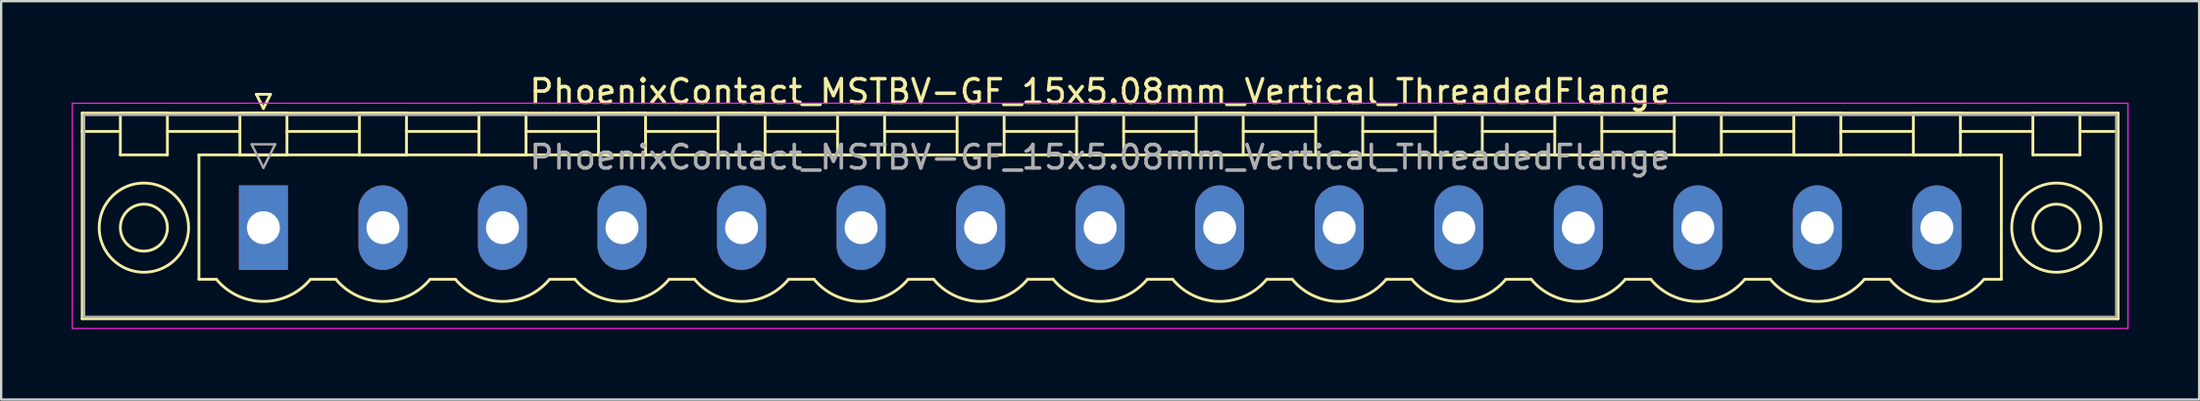
<source format=kicad_pcb>
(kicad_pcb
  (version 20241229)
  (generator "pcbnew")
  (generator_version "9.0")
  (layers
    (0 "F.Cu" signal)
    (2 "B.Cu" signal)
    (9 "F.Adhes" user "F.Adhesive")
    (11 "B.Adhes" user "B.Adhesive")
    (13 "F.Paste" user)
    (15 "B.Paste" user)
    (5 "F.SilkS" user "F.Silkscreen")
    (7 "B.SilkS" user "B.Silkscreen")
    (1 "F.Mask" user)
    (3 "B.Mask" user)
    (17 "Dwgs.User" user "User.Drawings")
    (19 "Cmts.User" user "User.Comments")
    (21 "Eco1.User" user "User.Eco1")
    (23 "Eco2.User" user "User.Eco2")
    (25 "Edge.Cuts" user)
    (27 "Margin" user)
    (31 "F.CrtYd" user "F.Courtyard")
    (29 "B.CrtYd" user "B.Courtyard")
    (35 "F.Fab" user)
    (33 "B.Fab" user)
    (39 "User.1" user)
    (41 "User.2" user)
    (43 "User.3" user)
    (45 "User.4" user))
  (footprint "PhoenixContact_MSTBV-GF_15x5.08mm_Vertical_ThreadedFlange"
    (layer "F.Cu")
    (at 8.145 6.648)
    (property "Reference" "PhoenixContact_MSTBV-GF_15x5.08mm_Vertical_ThreadedFlange" (at 35.56 -5.8 0) (layer "F.SilkS") (effects (font (size 1 1) (thickness 0.15))))
    (attr through_hole)
    (fp_line (start -7.7 -4.88) (end -7.7 3.88) (stroke (width 0.12) (type solid)) (layer "F.SilkS"))
    (fp_line (start -7.7 -4.1) (end -6.16 -4.1) (stroke (width 0.12) (type solid)) (layer "F.SilkS"))
    (fp_line (start -7.7 3.88) (end 78.82 3.88) (stroke (width 0.12) (type solid)) (layer "F.SilkS"))
    (fp_line (start -6.08 -4.88) (end -4.08 -4.88) (stroke (width 0.12) (type solid)) (layer "F.SilkS"))
    (fp_line (start -6.08 -3.1) (end -6.08 -4.88) (stroke (width 0.12) (type solid)) (layer "F.SilkS"))
    (fp_line (start -4.08 -4.88) (end -4.08 -3.1) (stroke (width 0.12) (type solid)) (layer "F.SilkS"))
    (fp_line (start -4.08 -4.1) (end -1 -4.1) (stroke (width 0.12) (type solid)) (layer "F.SilkS"))
    (fp_line (start -4.08 -3.1) (end -6.08 -3.1) (stroke (width 0.12) (type solid)) (layer "F.SilkS"))
    (fp_line (start -2.74 -3.1) (end 73.86 -3.1) (stroke (width 0.12) (type solid)) (layer "F.SilkS"))
    (fp_line (start -2.74 2.2) (end -2.74 -3.1) (stroke (width 0.12) (type solid)) (layer "F.SilkS"))
    (fp_line (start -2 2.2) (end -2.74 2.2) (stroke (width 0.12) (type solid)) (layer "F.SilkS"))
    (fp_line (start -1 -4.88) (end 1 -4.88) (stroke (width 0.12) (type solid)) (layer "F.SilkS"))
    (fp_line (start -1 -3.1) (end -1 -4.88) (stroke (width 0.12) (type solid)) (layer "F.SilkS"))
    (fp_line (start -0.3 -5.68) (end 0.3 -5.68) (stroke (width 0.12) (type solid)) (layer "F.SilkS"))
    (fp_line (start 0 -5.08) (end -0.3 -5.68) (stroke (width 0.12) (type solid)) (layer "F.SilkS"))
    (fp_line (start 0.3 -5.68) (end 0 -5.08) (stroke (width 0.12) (type solid)) (layer "F.SilkS"))
    (fp_line (start 1 -4.88) (end 1 -3.1) (stroke (width 0.12) (type solid)) (layer "F.SilkS"))
    (fp_line (start 1 -4.1) (end 4.08 -4.1) (stroke (width 0.12) (type solid)) (layer "F.SilkS"))
    (fp_line (start 1 -3.1) (end -1 -3.1) (stroke (width 0.12) (type solid)) (layer "F.SilkS"))
    (fp_line (start 2 2.2) (end 3.08 2.2) (stroke (width 0.12) (type solid)) (layer "F.SilkS"))
    (fp_line (start 4.08 -4.88) (end 6.08 -4.88) (stroke (width 0.12) (type solid)) (layer "F.SilkS"))
    (fp_line (start 4.08 -3.1) (end 4.08 -4.88) (stroke (width 0.12) (type solid)) (layer "F.SilkS"))
    (fp_line (start 6.08 -4.88) (end 6.08 -3.1) (stroke (width 0.12) (type solid)) (layer "F.SilkS"))
    (fp_line (start 6.08 -4.1) (end 9.16 -4.1) (stroke (width 0.12) (type solid)) (layer "F.SilkS"))
    (fp_line (start 6.08 -3.1) (end 4.08 -3.1) (stroke (width 0.12) (type solid)) (layer "F.SilkS"))
    (fp_line (start 7.08 2.2) (end 8.16 2.2) (stroke (width 0.12) (type solid)) (layer "F.SilkS"))
    (fp_line (start 9.16 -4.88) (end 11.16 -4.88) (stroke (width 0.12) (type solid)) (layer "F.SilkS"))
    (fp_line (start 9.16 -3.1) (end 9.16 -4.88) (stroke (width 0.12) (type solid)) (layer "F.SilkS"))
    (fp_line (start 11.16 -4.88) (end 11.16 -3.1) (stroke (width 0.12) (type solid)) (layer "F.SilkS"))
    (fp_line (start 11.16 -4.1) (end 14.24 -4.1) (stroke (width 0.12) (type solid)) (layer "F.SilkS"))
    (fp_line (start 11.16 -3.1) (end 9.16 -3.1) (stroke (width 0.12) (type solid)) (layer "F.SilkS"))
    (fp_line (start 12.16 2.2) (end 13.24 2.2) (stroke (width 0.12) (type solid)) (layer "F.SilkS"))
    (fp_line (start 14.24 -4.88) (end 16.24 -4.88) (stroke (width 0.12) (type solid)) (layer "F.SilkS"))
    (fp_line (start 14.24 -3.1) (end 14.24 -4.88) (stroke (width 0.12) (type solid)) (layer "F.SilkS"))
    (fp_line (start 16.24 -4.88) (end 16.24 -3.1) (stroke (width 0.12) (type solid)) (layer "F.SilkS"))
    (fp_line (start 16.24 -4.1) (end 19.32 -4.1) (stroke (width 0.12) (type solid)) (layer "F.SilkS"))
    (fp_line (start 16.24 -3.1) (end 14.24 -3.1) (stroke (width 0.12) (type solid)) (layer "F.SilkS"))
    (fp_line (start 17.24 2.2) (end 18.32 2.2) (stroke (width 0.12) (type solid)) (layer "F.SilkS"))
    (fp_line (start 19.32 -4.88) (end 21.32 -4.88) (stroke (width 0.12) (type solid)) (layer "F.SilkS"))
    (fp_line (start 19.32 -3.1) (end 19.32 -4.88) (stroke (width 0.12) (type solid)) (layer "F.SilkS"))
    (fp_line (start 21.32 -4.88) (end 21.32 -3.1) (stroke (width 0.12) (type solid)) (layer "F.SilkS"))
    (fp_line (start 21.32 -4.1) (end 24.4 -4.1) (stroke (width 0.12) (type solid)) (layer "F.SilkS"))
    (fp_line (start 21.32 -3.1) (end 19.32 -3.1) (stroke (width 0.12) (type solid)) (layer "F.SilkS"))
    (fp_line (start 22.32 2.2) (end 23.4 2.2) (stroke (width 0.12) (type solid)) (layer "F.SilkS"))
    (fp_line (start 24.4 -4.88) (end 26.4 -4.88) (stroke (width 0.12) (type solid)) (layer "F.SilkS"))
    (fp_line (start 24.4 -3.1) (end 24.4 -4.88) (stroke (width 0.12) (type solid)) (layer "F.SilkS"))
    (fp_line (start 26.4 -4.88) (end 26.4 -3.1) (stroke (width 0.12) (type solid)) (layer "F.SilkS"))
    (fp_line (start 26.4 -4.1) (end 29.48 -4.1) (stroke (width 0.12) (type solid)) (layer "F.SilkS"))
    (fp_line (start 26.4 -3.1) (end 24.4 -3.1) (stroke (width 0.12) (type solid)) (layer "F.SilkS"))
    (fp_line (start 27.4 2.2) (end 28.48 2.2) (stroke (width 0.12) (type solid)) (layer "F.SilkS"))
    (fp_line (start 29.48 -4.88) (end 31.48 -4.88) (stroke (width 0.12) (type solid)) (layer "F.SilkS"))
    (fp_line (start 29.48 -3.1) (end 29.48 -4.88) (stroke (width 0.12) (type solid)) (layer "F.SilkS"))
    (fp_line (start 31.48 -4.88) (end 31.48 -3.1) (stroke (width 0.12) (type solid)) (layer "F.SilkS"))
    (fp_line (start 31.48 -4.1) (end 34.56 -4.1) (stroke (width 0.12) (type solid)) (layer "F.SilkS"))
    (fp_line (start 31.48 -3.1) (end 29.48 -3.1) (stroke (width 0.12) (type solid)) (layer "F.SilkS"))
    (fp_line (start 32.48 2.2) (end 33.56 2.2) (stroke (width 0.12) (type solid)) (layer "F.SilkS"))
    (fp_line (start 34.56 -4.88) (end 36.56 -4.88) (stroke (width 0.12) (type solid)) (layer "F.SilkS"))
    (fp_line (start 34.56 -3.1) (end 34.56 -4.88) (stroke (width 0.12) (type solid)) (layer "F.SilkS"))
    (fp_line (start 36.56 -4.88) (end 36.56 -3.1) (stroke (width 0.12) (type solid)) (layer "F.SilkS"))
    (fp_line (start 36.56 -4.1) (end 39.64 -4.1) (stroke (width 0.12) (type solid)) (layer "F.SilkS"))
    (fp_line (start 36.56 -3.1) (end 34.56 -3.1) (stroke (width 0.12) (type solid)) (layer "F.SilkS"))
    (fp_line (start 37.56 2.2) (end 38.64 2.2) (stroke (width 0.12) (type solid)) (layer "F.SilkS"))
    (fp_line (start 39.64 -4.88) (end 41.64 -4.88) (stroke (width 0.12) (type solid)) (layer "F.SilkS"))
    (fp_line (start 39.64 -3.1) (end 39.64 -4.88) (stroke (width 0.12) (type solid)) (layer "F.SilkS"))
    (fp_line (start 41.64 -4.88) (end 41.64 -3.1) (stroke (width 0.12) (type solid)) (layer "F.SilkS"))
    (fp_line (start 41.64 -4.1) (end 44.72 -4.1) (stroke (width 0.12) (type solid)) (layer "F.SilkS"))
    (fp_line (start 41.64 -3.1) (end 39.64 -3.1) (stroke (width 0.12) (type solid)) (layer "F.SilkS"))
    (fp_line (start 42.64 2.2) (end 43.72 2.2) (stroke (width 0.12) (type solid)) (layer "F.SilkS"))
    (fp_line (start 44.72 -4.88) (end 46.72 -4.88) (stroke (width 0.12) (type solid)) (layer "F.SilkS"))
    (fp_line (start 44.72 -3.1) (end 44.72 -4.88) (stroke (width 0.12) (type solid)) (layer "F.SilkS"))
    (fp_line (start 46.72 -4.88) (end 46.72 -3.1) (stroke (width 0.12) (type solid)) (layer "F.SilkS"))
    (fp_line (start 46.72 -4.1) (end 49.8 -4.1) (stroke (width 0.12) (type solid)) (layer "F.SilkS"))
    (fp_line (start 46.72 -3.1) (end 44.72 -3.1) (stroke (width 0.12) (type solid)) (layer "F.SilkS"))
    (fp_line (start 47.72 2.2) (end 48.8 2.2) (stroke (width 0.12) (type solid)) (layer "F.SilkS"))
    (fp_line (start 49.8 -4.88) (end 51.8 -4.88) (stroke (width 0.12) (type solid)) (layer "F.SilkS"))
    (fp_line (start 49.8 -3.1) (end 49.8 -4.88) (stroke (width 0.12) (type solid)) (layer "F.SilkS"))
    (fp_line (start 51.8 -4.88) (end 51.8 -3.1) (stroke (width 0.12) (type solid)) (layer "F.SilkS"))
    (fp_line (start 51.8 -4.1) (end 54.88 -4.1) (stroke (width 0.12) (type solid)) (layer "F.SilkS"))
    (fp_line (start 51.8 -3.1) (end 49.8 -3.1) (stroke (width 0.12) (type solid)) (layer "F.SilkS"))
    (fp_line (start 52.8 2.2) (end 53.88 2.2) (stroke (width 0.12) (type solid)) (layer "F.SilkS"))
    (fp_line (start 54.88 -4.88) (end 56.88 -4.88) (stroke (width 0.12) (type solid)) (layer "F.SilkS"))
    (fp_line (start 54.88 -3.1) (end 54.88 -4.88) (stroke (width 0.12) (type solid)) (layer "F.SilkS"))
    (fp_line (start 56.88 -4.88) (end 56.88 -3.1) (stroke (width 0.12) (type solid)) (layer "F.SilkS"))
    (fp_line (start 56.88 -4.1) (end 59.96 -4.1) (stroke (width 0.12) (type solid)) (layer "F.SilkS"))
    (fp_line (start 56.88 -3.1) (end 54.88 -3.1) (stroke (width 0.12) (type solid)) (layer "F.SilkS"))
    (fp_line (start 57.88 2.2) (end 58.96 2.2) (stroke (width 0.12) (type solid)) (layer "F.SilkS"))
    (fp_line (start 59.96 -4.88) (end 61.96 -4.88) (stroke (width 0.12) (type solid)) (layer "F.SilkS"))
    (fp_line (start 59.96 -3.1) (end 59.96 -4.88) (stroke (width 0.12) (type solid)) (layer "F.SilkS"))
    (fp_line (start 61.96 -4.88) (end 61.96 -3.1) (stroke (width 0.12) (type solid)) (layer "F.SilkS"))
    (fp_line (start 61.96 -4.1) (end 65.04 -4.1) (stroke (width 0.12) (type solid)) (layer "F.SilkS"))
    (fp_line (start 61.96 -3.1) (end 59.96 -3.1) (stroke (width 0.12) (type solid)) (layer "F.SilkS"))
    (fp_line (start 62.96 2.2) (end 64.04 2.2) (stroke (width 0.12) (type solid)) (layer "F.SilkS"))
    (fp_line (start 65.04 -4.88) (end 67.04 -4.88) (stroke (width 0.12) (type solid)) (layer "F.SilkS"))
    (fp_line (start 65.04 -3.1) (end 65.04 -4.88) (stroke (width 0.12) (type solid)) (layer "F.SilkS"))
    (fp_line (start 67.04 -4.88) (end 67.04 -3.1) (stroke (width 0.12) (type solid)) (layer "F.SilkS"))
    (fp_line (start 67.04 -4.1) (end 70.12 -4.1) (stroke (width 0.12) (type solid)) (layer "F.SilkS"))
    (fp_line (start 67.04 -3.1) (end 65.04 -3.1) (stroke (width 0.12) (type solid)) (layer "F.SilkS"))
    (fp_line (start 68.04 2.2) (end 69.12 2.2) (stroke (width 0.12) (type solid)) (layer "F.SilkS"))
    (fp_line (start 70.12 -4.88) (end 72.12 -4.88) (stroke (width 0.12) (type solid)) (layer "F.SilkS"))
    (fp_line (start 70.12 -3.1) (end 70.12 -4.88) (stroke (width 0.12) (type solid)) (layer "F.SilkS"))
    (fp_line (start 72.12 -4.88) (end 72.12 -3.1) (stroke (width 0.12) (type solid)) (layer "F.SilkS"))
    (fp_line (start 72.12 -4.1) (end 75.2 -4.1) (stroke (width 0.12) (type solid)) (layer "F.SilkS"))
    (fp_line (start 72.12 -3.1) (end 70.12 -3.1) (stroke (width 0.12) (type solid)) (layer "F.SilkS"))
    (fp_line (start 73.86 -3.1) (end 73.86 2.2) (stroke (width 0.12) (type solid)) (layer "F.SilkS"))
    (fp_line (start 73.86 2.2) (end 73.12 2.2) (stroke (width 0.12) (type solid)) (layer "F.SilkS"))
    (fp_line (start 75.2 -4.88) (end 77.2 -4.88) (stroke (width 0.12) (type solid)) (layer "F.SilkS"))
    (fp_line (start 75.2 -3.1) (end 75.2 -4.88) (stroke (width 0.12) (type solid)) (layer "F.SilkS"))
    (fp_line (start 77.2 -4.88) (end 77.2 -3.1) (stroke (width 0.12) (type solid)) (layer "F.SilkS"))
    (fp_line (start 77.2 -3.1) (end 75.2 -3.1) (stroke (width 0.12) (type solid)) (layer "F.SilkS"))
    (fp_line (start 78.82 -4.88) (end -7.7 -4.88) (stroke (width 0.12) (type solid)) (layer "F.SilkS"))
    (fp_line (start 78.82 -4.1) (end 77.28 -4.1) (stroke (width 0.12) (type solid)) (layer "F.SilkS"))
    (fp_line (start 78.82 3.88) (end 78.82 -4.88) (stroke (width 0.12) (type solid)) (layer "F.SilkS"))
    (fp_arc (start 1.986842 2.215821) (mid -0.010289 3.142758) (end -2 2.2) (stroke (width 0.12) (type solid)) (layer "F.SilkS"))
    (fp_arc (start 7.066842 2.215821) (mid 5.069711 3.142758) (end 3.08 2.2) (stroke (width 0.12) (type solid)) (layer "F.SilkS"))
    (fp_arc (start 12.146842 2.215821) (mid 10.149711 3.142758) (end 8.16 2.2) (stroke (width 0.12) (type solid)) (layer "F.SilkS"))
    (fp_arc (start 17.226842 2.215821) (mid 15.229711 3.142758) (end 13.24 2.2) (stroke (width 0.12) (type solid)) (layer "F.SilkS"))
    (fp_arc (start 22.306842 2.215821) (mid 20.309711 3.142758) (end 18.32 2.2) (stroke (width 0.12) (type solid)) (layer "F.SilkS"))
    (fp_arc (start 27.386842 2.215821) (mid 25.389711 3.142758) (end 23.4 2.2) (stroke (width 0.12) (type solid)) (layer "F.SilkS"))
    (fp_arc (start 32.466842 2.215821) (mid 30.469711 3.142758) (end 28.48 2.2) (stroke (width 0.12) (type solid)) (layer "F.SilkS"))
    (fp_arc (start 37.546842 2.215821) (mid 35.549711 3.142758) (end 33.56 2.2) (stroke (width 0.12) (type solid)) (layer "F.SilkS"))
    (fp_arc (start 42.626842 2.215821) (mid 40.629711 3.142758) (end 38.64 2.2) (stroke (width 0.12) (type solid)) (layer "F.SilkS"))
    (fp_arc (start 47.706842 2.215821) (mid 45.709711 3.142758) (end 43.72 2.2) (stroke (width 0.12) (type solid)) (layer "F.SilkS"))
    (fp_arc (start 52.786842 2.215821) (mid 50.789711 3.142758) (end 48.8 2.2) (stroke (width 0.12) (type solid)) (layer "F.SilkS"))
    (fp_arc (start 57.866842 2.215821) (mid 55.869711 3.142758) (end 53.88 2.2) (stroke (width 0.12) (type solid)) (layer "F.SilkS"))
    (fp_arc (start 62.946842 2.215821) (mid 60.949711 3.142758) (end 58.96 2.2) (stroke (width 0.12) (type solid)) (layer "F.SilkS"))
    (fp_arc (start 68.026842 2.215821) (mid 66.029711 3.142758) (end 64.04 2.2) (stroke (width 0.12) (type solid)) (layer "F.SilkS"))
    (fp_arc (start 73.106842 2.215821) (mid 71.109711 3.142758) (end 69.12 2.2) (stroke (width 0.12) (type solid)) (layer "F.SilkS"))
    (fp_circle (center -5.08 0) (end -4.08 0) (stroke (width 0.12) (type solid)) (fill no) (layer "F.SilkS"))
    (fp_circle (center -5.08 0) (end -3.18 0) (stroke (width 0.12) (type solid)) (fill no) (layer "F.SilkS"))
    (fp_circle (center 76.2 0) (end 77.2 0) (stroke (width 0.12) (type solid)) (fill no) (layer "F.SilkS"))
    (fp_circle (center 76.2 0) (end 78.1 0) (stroke (width 0.12) (type solid)) (fill no) (layer "F.SilkS"))
    (fp_line (start -8.12 -5.3) (end -8.12 4.3) (stroke (width 0.05) (type solid)) (layer "F.CrtYd"))
    (fp_line (start -8.12 4.3) (end 79.24 4.3) (stroke (width 0.05) (type solid)) (layer "F.CrtYd"))
    (fp_line (start 79.24 -5.3) (end -8.12 -5.3) (stroke (width 0.05) (type solid)) (layer "F.CrtYd"))
    (fp_line (start 79.24 4.3) (end 79.24 -5.3) (stroke (width 0.05) (type solid)) (layer "F.CrtYd"))
    (fp_line (start -7.62 -4.8) (end -7.62 3.8) (stroke (width 0.1) (type solid)) (layer "F.Fab"))
    (fp_line (start -7.62 3.8) (end 78.74 3.8) (stroke (width 0.1) (type solid)) (layer "F.Fab"))
    (fp_line (start -0.5 -3.55) (end 0.5 -3.55) (stroke (width 0.1) (type solid)) (layer "F.Fab"))
    (fp_line (start 0 -2.55) (end -0.5 -3.55) (stroke (width 0.1) (type solid)) (layer "F.Fab"))
    (fp_line (start 0.5 -3.55) (end 0 -2.55) (stroke (width 0.1) (type solid)) (layer "F.Fab"))
    (fp_line (start 78.74 -4.8) (end -7.62 -4.8) (stroke (width 0.1) (type solid)) (layer "F.Fab"))
    (fp_line (start 78.74 3.8) (end 78.74 -4.8) (stroke (width 0.1) (type solid)) (layer "F.Fab"))
    (fp_text user "${REFERENCE}" (at 35.56 -3 0) (layer "F.Fab") (effects (font (size 1 1) (thickness 0.15))))
    (pad "1" thru_hole rect (at 0 0) (size 2.08 3.6) (drill 1.4) (layers "*.Cu" "*.Mask"))
    (pad "2" thru_hole oval (at 5.08 0) (size 2.08 3.6) (drill 1.4) (layers "*.Cu" "*.Mask"))
    (pad "3" thru_hole oval (at 10.16 0) (size 2.08 3.6) (drill 1.4) (layers "*.Cu" "*.Mask"))
    (pad "4" thru_hole oval (at 15.24 0) (size 2.08 3.6) (drill 1.4) (layers "*.Cu" "*.Mask"))
    (pad "5" thru_hole oval (at 20.32 0) (size 2.08 3.6) (drill 1.4) (layers "*.Cu" "*.Mask"))
    (pad "6" thru_hole oval (at 25.4 0) (size 2.08 3.6) (drill 1.4) (layers "*.Cu" "*.Mask"))
    (pad "7" thru_hole oval (at 30.48 0) (size 2.08 3.6) (drill 1.4) (layers "*.Cu" "*.Mask"))
    (pad "8" thru_hole oval (at 35.56 0) (size 2.08 3.6) (drill 1.4) (layers "*.Cu" "*.Mask"))
    (pad "9" thru_hole oval (at 40.64 0) (size 2.08 3.6) (drill 1.4) (layers "*.Cu" "*.Mask"))
    (pad "10" thru_hole oval (at 45.72 0) (size 2.08 3.6) (drill 1.4) (layers "*.Cu" "*.Mask"))
    (pad "11" thru_hole oval (at 50.8 0) (size 2.08 3.6) (drill 1.4) (layers "*.Cu" "*.Mask"))
    (pad "12" thru_hole oval (at 55.88 0) (size 2.08 3.6) (drill 1.4) (layers "*.Cu" "*.Mask"))
    (pad "13" thru_hole oval (at 60.96 0) (size 2.08 3.6) (drill 1.4) (layers "*.Cu" "*.Mask"))
    (pad "14" thru_hole oval (at 66.04 0) (size 2.08 3.6) (drill 1.4) (layers "*.Cu" "*.Mask"))
    (pad "15" thru_hole oval (at 71.12 0) (size 2.08 3.6) (drill 1.4) (layers "*.Cu" "*.Mask")))
  (gr_rect
    (start -3 -3)
    (end 90.41 13.973)
    (stroke (width 0.1) (type default))
    (fill no)
    (layer "Edge.Cuts")))
</source>
